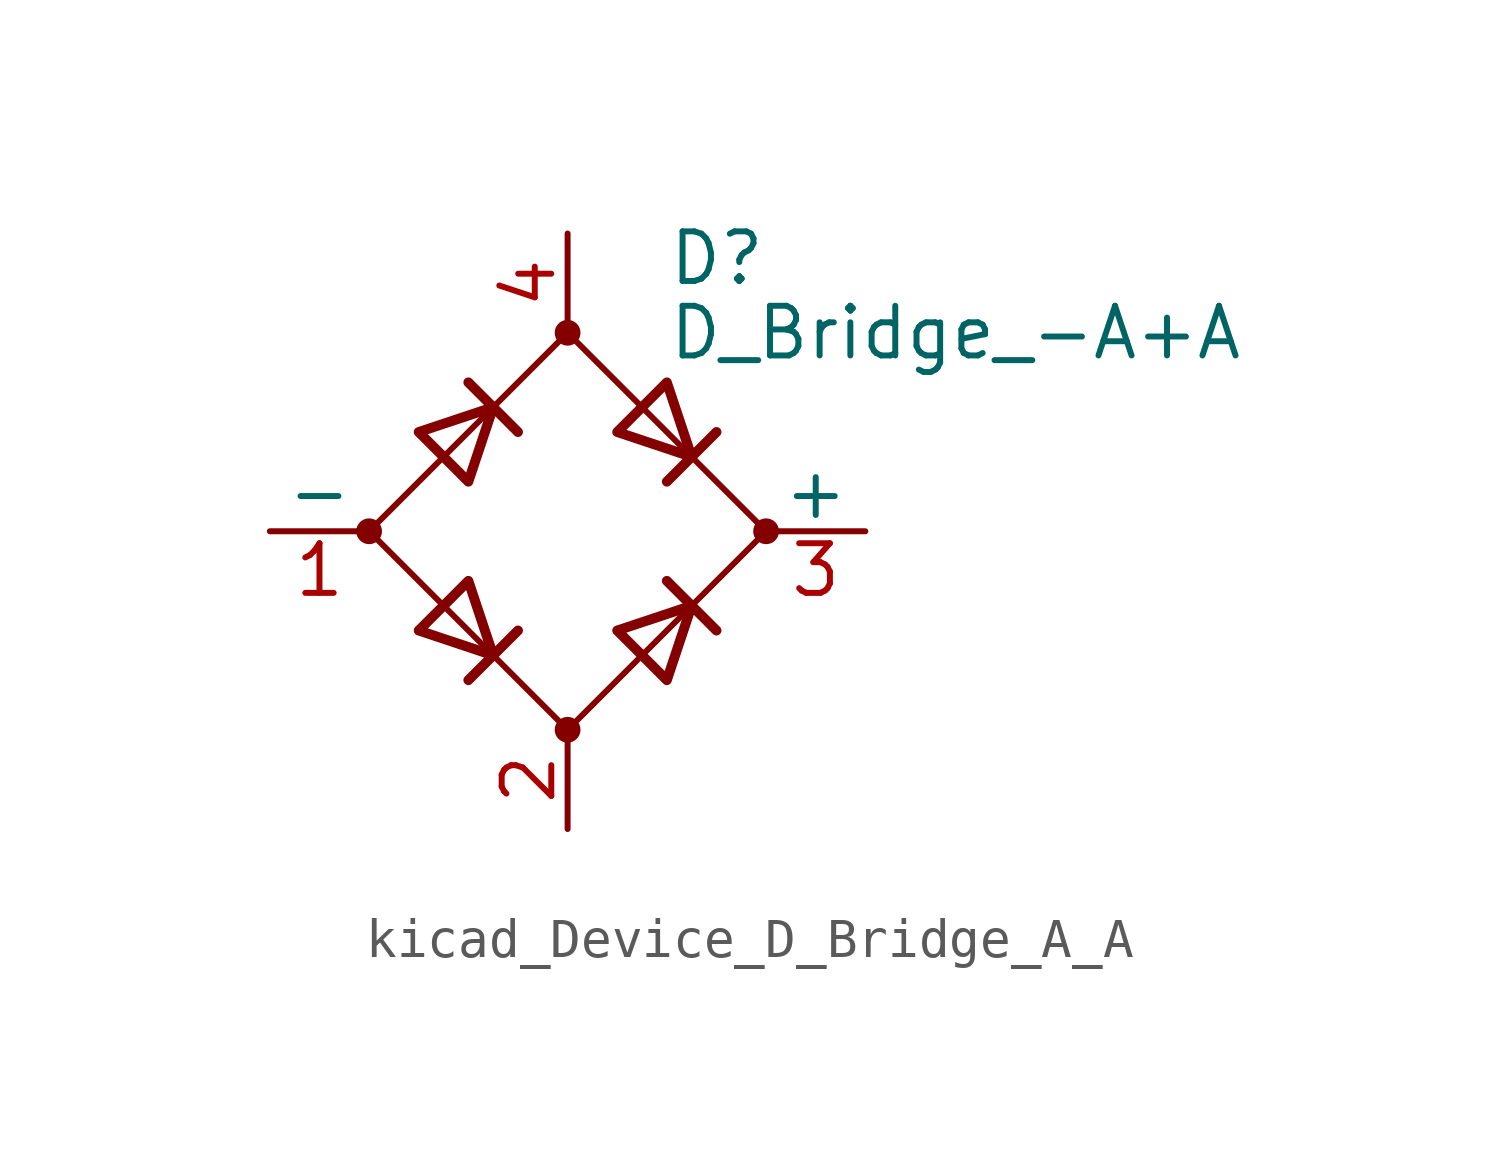
<source format=kicad_sym>
(kicad_symbol_lib
  (version 20220914)
  (generator kicad_symbol_editor)
  (symbol "kicad_Device_D_Bridge_A_A"
    (pin_names
      (offset 0))
    (property "Reference" "D"
      (at 2.54 6.985 0)
      (effects (font (size 1.27 1.27)) (justify left)))
    (property "Value" "D_Bridge_-A+A"
      (at 2.54 5.08 0)
      (effects (font (size 1.27 1.27)) (justify left)))
    (symbol "kicad_Device_D_Bridge_A_A_0_1"
      (circle (center -5.08 0) (radius 0.254) (stroke (width 0) (type default)) (fill (type outline)))
      (circle (center 0 -5.08) (radius 0.254) (stroke (width 0) (type default)) (fill (type outline)))
      (polyline (pts (xy -2.54 3.81) (xy -1.27 2.54)) (stroke (width 0.254) (type default)) (fill (type none)))
      (polyline (pts (xy -1.27 -2.54) (xy -2.54 -3.81)) (stroke (width 0.254) (type default)) (fill (type none)))
      (polyline (pts (xy 2.54 -1.27) (xy 3.81 -2.54)) (stroke (width 0.254) (type default)) (fill (type none)))
      (polyline (pts (xy 2.54 1.27) (xy 3.81 2.54)) (stroke (width 0.254) (type default)) (fill (type none)))
      (polyline (pts (xy -3.81 2.54) (xy -2.54 1.27) (xy -1.905 3.175) (xy -3.81 2.54)) (stroke (width 0.254) (type default)) (fill (type none)))
      (polyline (pts (xy -2.54 -1.27) (xy -3.81 -2.54) (xy -1.905 -3.175) (xy -2.54 -1.27)) (stroke (width 0.254) (type default)) (fill (type none)))
      (polyline (pts (xy 1.27 2.54) (xy 2.54 3.81) (xy 3.175 1.905) (xy 1.27 2.54)) (stroke (width 0.254) (type default)) (fill (type none)))
      (polyline (pts (xy 3.175 -1.905) (xy 1.27 -2.54) (xy 2.54 -3.81) (xy 3.175 -1.905)) (stroke (width 0.254) (type default)) (fill (type none)))
      (polyline (pts (xy -5.08 0) (xy 0 -5.08) (xy 5.08 0) (xy 0 5.08) (xy -5.08 0)) (stroke (width 0) (type default)) (fill (type none)))
      (circle (center 0 5.08) (radius 0.254) (stroke (width 0) (type default)) (fill (type outline)))
      (circle (center 5.08 0) (radius 0.254) (stroke (width 0) (type default)) (fill (type outline))))
    (symbol "kicad_Device_D_Bridge_A_A_1_1"
      (pin passive line (at -7.62 0 0) (length 2.54) (name "-" (effects (font (size 1.27 1.27)))) (number "1" (effects (font (size 1.27 1.27)))))
      (pin passive line (at 0 -7.62 90) (length 2.54) (name "~" (effects (font (size 1.27 1.27)))) (number "2" (effects (font (size 1.27 1.27)))))
      (pin passive line (at 7.62 0 180) (length 2.54) (name "+" (effects (font (size 1.27 1.27)))) (number "3" (effects (font (size 1.27 1.27)))))
      (pin passive line (at 0 7.62 270) (length 2.54) (name "~" (effects (font (size 1.27 1.27)))) (number "4" (effects (font (size 1.27 1.27))))))))
</source>
